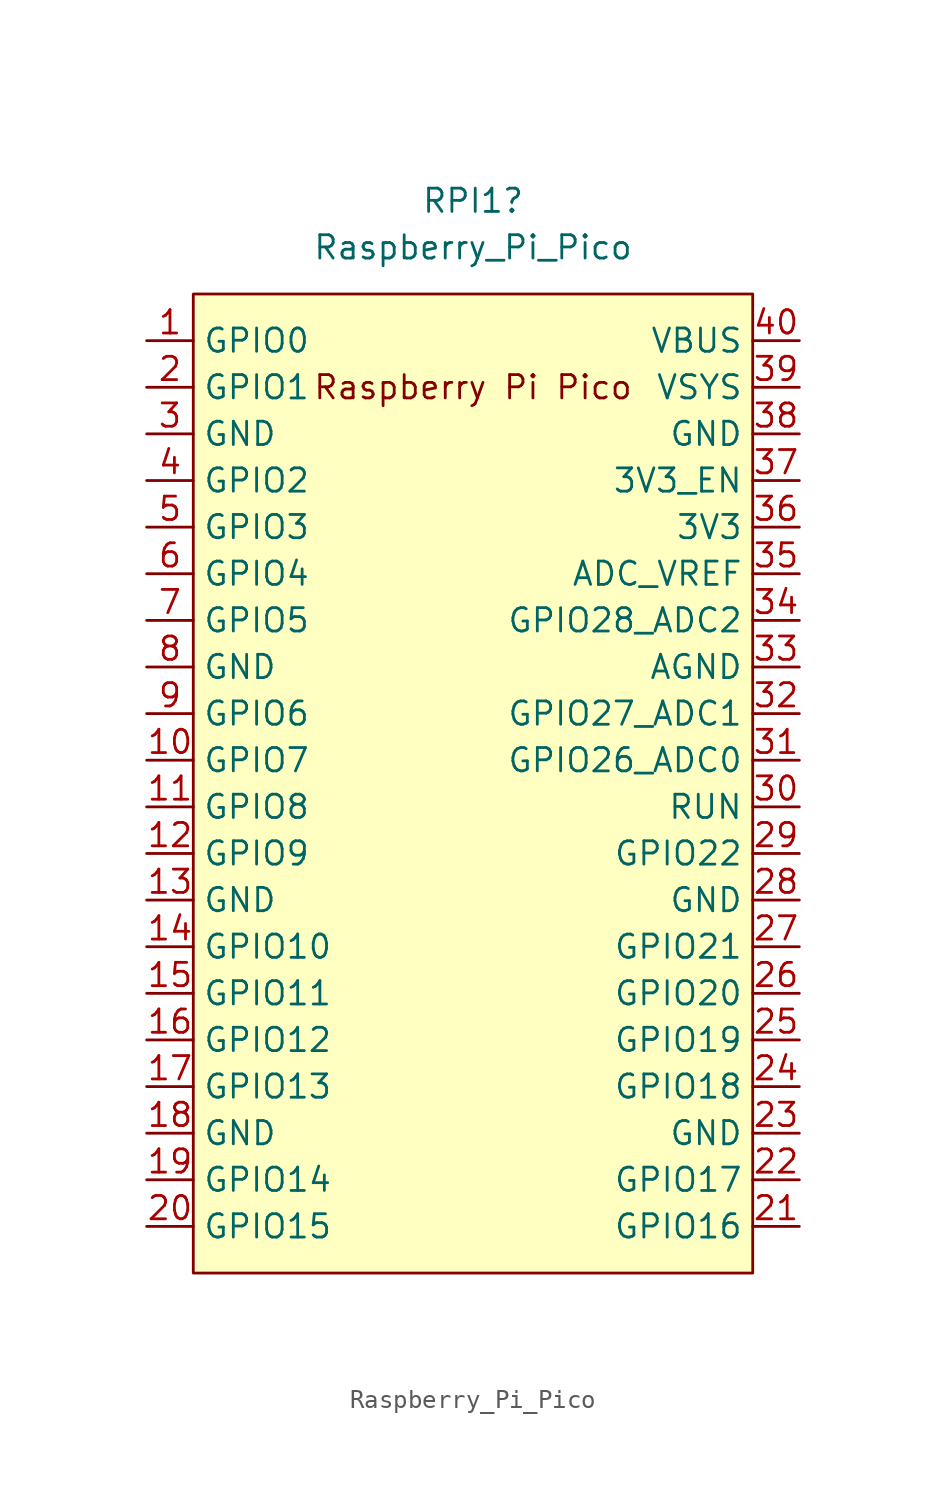
<source format=kicad_sym>
(kicad_symbol_lib
  (version 20220914)
  (generator kicad_symbol_editor)
  (symbol "Raspberry_Pi_Pico"
    (property "Reference" "RPI1"
      (at 0 30.48 0)
      (effects (font (size 1.27 1.27))))
    (property "Value" "Raspberry_Pi_Pico"
      (at 0 27.94 0)
      (effects (font (size 1.27 1.27))))
    (symbol "Raspberry_Pi_Pico_0_0"
      (text "Raspberry Pi Pico" (at 0 20.32 0) (effects (font (size 1.27 1.27)))))
    (symbol "Raspberry_Pi_Pico_0_1"
      (rectangle (start -15.24 25.4) (end 15.24 -27.94) (stroke (width 0) (type default)) (fill (type background))))
    (symbol "Raspberry_Pi_Pico_1_1"
      (pin bidirectional line (at -17.78 22.86 0) (length 2.54) (name "GPIO0" (effects (font (size 1.27 1.27)))) (number "1" (effects (font (size 1.27 1.27)))))
      (pin bidirectional line (at -17.78 0 0) (length 2.54) (name "GPIO7" (effects (font (size 1.27 1.27)))) (number "10" (effects (font (size 1.27 1.27)))))
      (pin bidirectional line (at -17.78 -2.54 0) (length 2.54) (name "GPIO8" (effects (font (size 1.27 1.27)))) (number "11" (effects (font (size 1.27 1.27)))))
      (pin bidirectional line (at -17.78 -5.08 0) (length 2.54) (name "GPIO9" (effects (font (size 1.27 1.27)))) (number "12" (effects (font (size 1.27 1.27)))))
      (pin power_in line (at -17.78 -7.62 0) (length 2.54) (name "GND" (effects (font (size 1.27 1.27)))) (number "13" (effects (font (size 1.27 1.27)))))
      (pin bidirectional line (at -17.78 -10.16 0) (length 2.54) (name "GPIO10" (effects (font (size 1.27 1.27)))) (number "14" (effects (font (size 1.27 1.27)))))
      (pin bidirectional line (at -17.78 -12.7 0) (length 2.54) (name "GPIO11" (effects (font (size 1.27 1.27)))) (number "15" (effects (font (size 1.27 1.27)))))
      (pin bidirectional line (at -17.78 -15.24 0) (length 2.54) (name "GPIO12" (effects (font (size 1.27 1.27)))) (number "16" (effects (font (size 1.27 1.27)))))
      (pin bidirectional line (at -17.78 -17.78 0) (length 2.54) (name "GPIO13" (effects (font (size 1.27 1.27)))) (number "17" (effects (font (size 1.27 1.27)))))
      (pin power_in line (at -17.78 -20.32 0) (length 2.54) (name "GND" (effects (font (size 1.27 1.27)))) (number "18" (effects (font (size 1.27 1.27)))))
      (pin bidirectional line (at -17.78 -22.86 0) (length 2.54) (name "GPIO14" (effects (font (size 1.27 1.27)))) (number "19" (effects (font (size 1.27 1.27)))))
      (pin bidirectional line (at -17.78 20.32 0) (length 2.54) (name "GPIO1" (effects (font (size 1.27 1.27)))) (number "2" (effects (font (size 1.27 1.27)))))
      (pin bidirectional line (at -17.78 -25.4 0) (length 2.54) (name "GPIO15" (effects (font (size 1.27 1.27)))) (number "20" (effects (font (size 1.27 1.27)))))
      (pin bidirectional line (at 17.78 -25.4 180) (length 2.54) (name "GPIO16" (effects (font (size 1.27 1.27)))) (number "21" (effects (font (size 1.27 1.27)))))
      (pin bidirectional line (at 17.78 -22.86 180) (length 2.54) (name "GPIO17" (effects (font (size 1.27 1.27)))) (number "22" (effects (font (size 1.27 1.27)))))
      (pin power_in line (at 17.78 -20.32 180) (length 2.54) (name "GND" (effects (font (size 1.27 1.27)))) (number "23" (effects (font (size 1.27 1.27)))))
      (pin bidirectional line (at 17.78 -17.78 180) (length 2.54) (name "GPIO18" (effects (font (size 1.27 1.27)))) (number "24" (effects (font (size 1.27 1.27)))))
      (pin bidirectional line (at 17.78 -15.24 180) (length 2.54) (name "GPIO19" (effects (font (size 1.27 1.27)))) (number "25" (effects (font (size 1.27 1.27)))))
      (pin bidirectional line (at 17.78 -12.7 180) (length 2.54) (name "GPIO20" (effects (font (size 1.27 1.27)))) (number "26" (effects (font (size 1.27 1.27)))))
      (pin bidirectional line (at 17.78 -10.16 180) (length 2.54) (name "GPIO21" (effects (font (size 1.27 1.27)))) (number "27" (effects (font (size 1.27 1.27)))))
      (pin power_in line (at 17.78 -7.62 180) (length 2.54) (name "GND" (effects (font (size 1.27 1.27)))) (number "28" (effects (font (size 1.27 1.27)))))
      (pin bidirectional line (at 17.78 -5.08 180) (length 2.54) (name "GPIO22" (effects (font (size 1.27 1.27)))) (number "29" (effects (font (size 1.27 1.27)))))
      (pin power_in line (at -17.78 17.78 0) (length 2.54) (name "GND" (effects (font (size 1.27 1.27)))) (number "3" (effects (font (size 1.27 1.27)))))
      (pin input line (at 17.78 -2.54 180) (length 2.54) (name "RUN" (effects (font (size 1.27 1.27)))) (number "30" (effects (font (size 1.27 1.27)))))
      (pin bidirectional line (at 17.78 0 180) (length 2.54) (name "GPIO26_ADC0" (effects (font (size 1.27 1.27)))) (number "31" (effects (font (size 1.27 1.27)))))
      (pin bidirectional line (at 17.78 2.54 180) (length 2.54) (name "GPIO27_ADC1" (effects (font (size 1.27 1.27)))) (number "32" (effects (font (size 1.27 1.27)))))
      (pin power_in line (at 17.78 5.08 180) (length 2.54) (name "AGND" (effects (font (size 1.27 1.27)))) (number "33" (effects (font (size 1.27 1.27)))))
      (pin bidirectional line (at 17.78 7.62 180) (length 2.54) (name "GPIO28_ADC2" (effects (font (size 1.27 1.27)))) (number "34" (effects (font (size 1.27 1.27)))))
      (pin power_in line (at 17.78 10.16 180) (length 2.54) (name "ADC_VREF" (effects (font (size 1.27 1.27)))) (number "35" (effects (font (size 1.27 1.27)))))
      (pin power_out line (at 17.78 12.7 180) (length 2.54) (name "3V3" (effects (font (size 1.27 1.27)))) (number "36" (effects (font (size 1.27 1.27)))))
      (pin input line (at 17.78 15.24 180) (length 2.54) (name "3V3_EN" (effects (font (size 1.27 1.27)))) (number "37" (effects (font (size 1.27 1.27)))))
      (pin power_in line (at 17.78 17.78 180) (length 2.54) (name "GND" (effects (font (size 1.27 1.27)))) (number "38" (effects (font (size 1.27 1.27)))))
      (pin power_in line (at 17.78 20.32 180) (length 2.54) (name "VSYS" (effects (font (size 1.27 1.27)))) (number "39" (effects (font (size 1.27 1.27)))))
      (pin bidirectional line (at -17.78 15.24 0) (length 2.54) (name "GPIO2" (effects (font (size 1.27 1.27)))) (number "4" (effects (font (size 1.27 1.27)))))
      (pin power_in line (at 17.78 22.86 180) (length 2.54) (name "VBUS" (effects (font (size 1.27 1.27)))) (number "40" (effects (font (size 1.27 1.27)))))
      (pin bidirectional line (at -17.78 12.7 0) (length 2.54) (name "GPIO3" (effects (font (size 1.27 1.27)))) (number "5" (effects (font (size 1.27 1.27)))))
      (pin bidirectional line (at -17.78 10.16 0) (length 2.54) (name "GPIO4" (effects (font (size 1.27 1.27)))) (number "6" (effects (font (size 1.27 1.27)))))
      (pin bidirectional line (at -17.78 7.62 0) (length 2.54) (name "GPIO5" (effects (font (size 1.27 1.27)))) (number "7" (effects (font (size 1.27 1.27)))))
      (pin power_in line (at -17.78 5.08 0) (length 2.54) (name "GND" (effects (font (size 1.27 1.27)))) (number "8" (effects (font (size 1.27 1.27)))))
      (pin bidirectional line (at -17.78 2.54 0) (length 2.54) (name "GPIO6" (effects (font (size 1.27 1.27)))) (number "9" (effects (font (size 1.27 1.27))))))))
</source>
